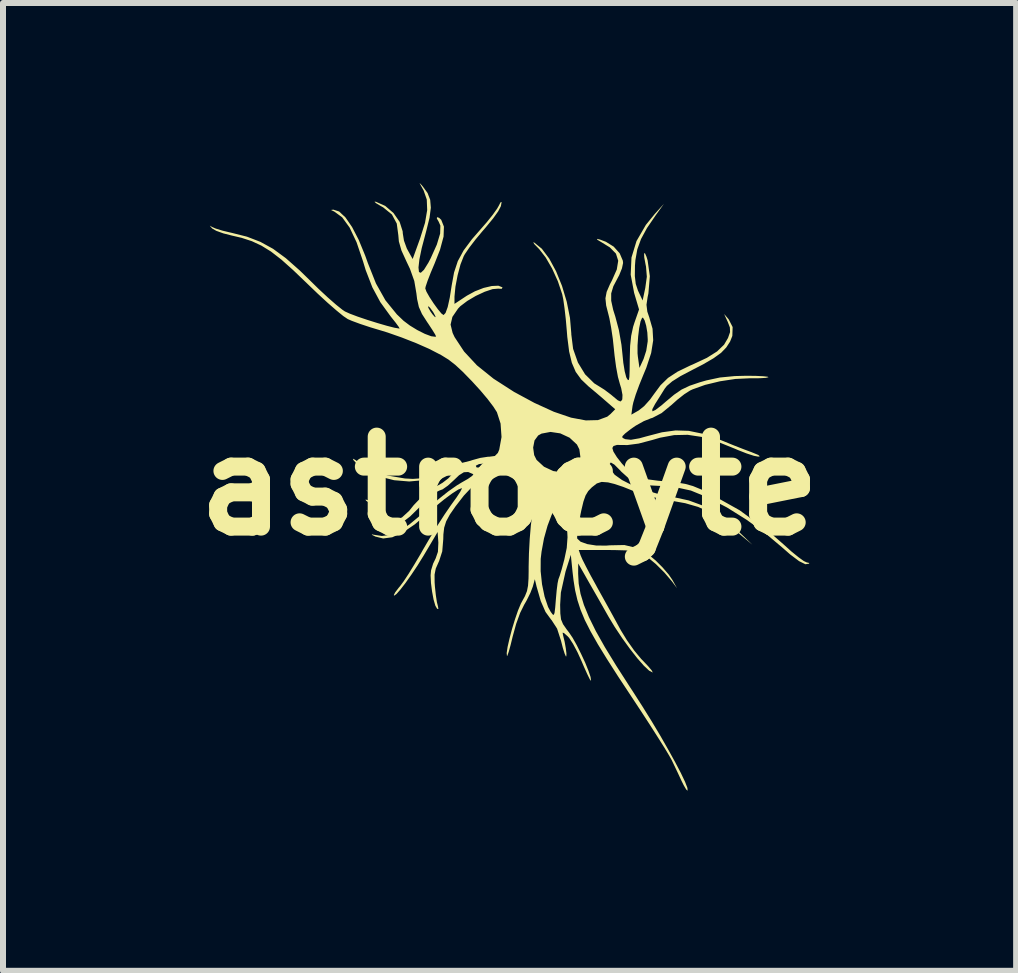
<source format=kicad_pcb>
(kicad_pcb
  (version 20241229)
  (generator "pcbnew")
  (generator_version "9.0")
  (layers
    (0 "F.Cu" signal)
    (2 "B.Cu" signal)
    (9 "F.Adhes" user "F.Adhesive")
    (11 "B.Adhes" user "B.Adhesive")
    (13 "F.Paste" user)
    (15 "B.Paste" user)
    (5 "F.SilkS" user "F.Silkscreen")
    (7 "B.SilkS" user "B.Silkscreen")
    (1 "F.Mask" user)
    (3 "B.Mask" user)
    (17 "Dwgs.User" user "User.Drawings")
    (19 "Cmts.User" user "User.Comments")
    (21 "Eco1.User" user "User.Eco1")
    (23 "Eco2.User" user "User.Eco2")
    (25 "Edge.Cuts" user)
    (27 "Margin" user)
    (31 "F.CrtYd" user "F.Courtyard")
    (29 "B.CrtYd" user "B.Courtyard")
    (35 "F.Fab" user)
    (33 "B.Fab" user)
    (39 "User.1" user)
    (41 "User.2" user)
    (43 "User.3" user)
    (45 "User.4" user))
  (footprint "astrocyte"
    (layer "F.Cu")
    (at 5.443 5.049)
    (property "Reference" "astrocyte" (at 0 0 0) (layer "F.SilkS") (effects (font (size 1.5 1.5) (thickness 0.3))))
    (attr board_only exclude_from_pos_files exclude_from_bom)
    (fp_poly (pts (xy -1.471 -5.02) (xy -1.444 -4.988) (xy -1.366 -4.881) (xy -1.323 -4.769) (xy -1.312 -4.637) (xy -1.334 -4.469) (xy -1.388 -4.251) (xy -1.4 -4.206) (xy -1.464 -3.964) (xy -1.503 -3.775) (xy -1.518 -3.641) (xy -1.51 -3.565) (xy -1.48 -3.552) (xy -1.427 -3.602) (xy -1.353 -3.721) (xy -1.315 -3.794) (xy -1.212 -4.023) (xy -1.157 -4.206) (xy -1.153 -4.339) (xy -1.181 -4.403) (xy -1.212 -4.457) (xy -1.209 -4.479) (xy -1.175 -4.469) (xy -1.139 -4.435) (xy -1.094 -4.322) (xy -1.1 -4.156) (xy -1.159 -3.937) (xy -1.249 -3.708) (xy -1.314 -3.554) (xy -1.366 -3.42) (xy -1.398 -3.325) (xy -1.405 -3.292) (xy -1.385 -3.237) (xy -1.334 -3.147) (xy -1.266 -3.043) (xy -1.195 -2.945) (xy -1.135 -2.873) (xy -1.1 -2.848) (xy -1.067 -2.883) (xy -1.031 -2.982) (xy -0.997 -3.136) (xy -0.966 -3.333) (xy -0.965 -3.34) (xy -0.925 -3.558) (xy -0.863 -3.746) (xy -0.766 -3.925) (xy -0.626 -4.113) (xy -0.497 -4.261) (xy -0.38 -4.395) (xy -0.279 -4.521) (xy -0.208 -4.621) (xy -0.183 -4.664) (xy -0.151 -4.726) (xy -0.133 -4.733) (xy -0.133 -4.727) (xy -0.145 -4.662) (xy -0.19 -4.576) (xy -0.273 -4.46) (xy -0.401 -4.304) (xy -0.455 -4.242) (xy -0.569 -4.105) (xy -0.671 -3.972) (xy -0.745 -3.863) (xy -0.764 -3.829) (xy -0.818 -3.691) (xy -0.866 -3.511) (xy -0.902 -3.322) (xy -0.918 -3.156) (xy -0.918 -3.14) (xy -0.918 -3.034) (xy -0.711 -3.171) (xy -0.577 -3.244) (xy -0.433 -3.3) (xy -0.296 -3.332) (xy -0.186 -3.337) (xy -0.122 -3.311) (xy -0.118 -3.306) (xy -0.131 -3.285) (xy -0.19 -3.288) (xy -0.284 -3.28) (xy -0.415 -3.236) (xy -0.563 -3.167) (xy -0.705 -3.083) (xy -0.82 -2.996) (xy -0.859 -2.955) (xy -0.953 -2.817) (xy -0.983 -2.689) (xy -0.949 -2.55) (xy -0.916 -2.48) (xy -0.758 -2.24) (xy -0.544 -2.01) (xy -0.267 -1.787) (xy 0.075 -1.567) (xy 0.414 -1.384) (xy 0.738 -1.236) (xy 1.025 -1.138) (xy 1.271 -1.092) (xy 1.473 -1.097) (xy 1.628 -1.154) (xy 1.681 -1.197) (xy 1.761 -1.278) (xy 1.624 -1.397) (xy 1.512 -1.494) (xy 1.382 -1.604) (xy 1.318 -1.657) (xy 1.195 -1.774) (xy 1.103 -1.9) (xy 1.038 -2.051) (xy 0.993 -2.24) (xy 0.962 -2.484) (xy 0.954 -2.585) (xy 0.937 -2.779) (xy 0.916 -2.961) (xy 0.895 -3.11) (xy 0.877 -3.196) (xy 0.805 -3.411) (xy 0.709 -3.623) (xy 0.601 -3.809) (xy 0.493 -3.948) (xy 0.478 -3.963) (xy 0.414 -4.029) (xy 0.394 -4.06) (xy 0.412 -4.056) (xy 0.538 -3.953) (xy 0.661 -3.789) (xy 0.775 -3.578) (xy 0.874 -3.334) (xy 0.953 -3.07) (xy 1.007 -2.801) (xy 1.029 -2.541) (xy 1.029 -2.526) (xy 1.059 -2.285) (xy 1.139 -2.057) (xy 1.259 -1.86) (xy 1.411 -1.71) (xy 1.485 -1.664) (xy 1.581 -1.604) (xy 1.691 -1.521) (xy 1.723 -1.494) (xy 1.804 -1.427) (xy 1.848 -1.407) (xy 1.872 -1.429) (xy 1.879 -1.445) (xy 1.882 -1.517) (xy 1.861 -1.627) (xy 1.839 -1.698) (xy 1.806 -1.818) (xy 1.775 -1.986) (xy 1.75 -2.173) (xy 1.741 -2.262) (xy 1.721 -2.451) (xy 1.693 -2.638) (xy 1.664 -2.793) (xy 1.651 -2.846) (xy 1.61 -3.007) (xy 1.598 -3.127) (xy 1.618 -3.234) (xy 1.672 -3.359) (xy 1.705 -3.422) (xy 1.787 -3.607) (xy 1.811 -3.753) (xy 1.773 -3.872) (xy 1.671 -3.976) (xy 1.536 -4.059) (xy 1.464 -4.102) (xy 1.457 -4.118) (xy 1.508 -4.106) (xy 1.606 -4.069) (xy 1.736 -3.988) (xy 1.836 -3.876) (xy 1.888 -3.754) (xy 1.892 -3.716) (xy 1.873 -3.626) (xy 1.827 -3.512) (xy 1.804 -3.469) (xy 1.73 -3.328) (xy 1.694 -3.209) (xy 1.694 -3.086) (xy 1.727 -2.935) (xy 1.763 -2.821) (xy 1.822 -2.598) (xy 1.865 -2.352) (xy 1.88 -2.21) (xy 1.896 -2.051) (xy 1.919 -1.911) (xy 1.944 -1.814) (xy 1.951 -1.798) (xy 1.973 -1.764) (xy 1.988 -1.767) (xy 1.997 -1.816) (xy 2.001 -1.921) (xy 2.003 -2.091) (xy 2.003 -2.101) (xy 2.009 -2.327) (xy 2.01 -2.342) (xy 2.133 -2.342) (xy 2.133 -2.21) (xy 2.138 -2.158) (xy 2.165 -1.967) (xy 2.234 -2.117) (xy 2.278 -2.253) (xy 2.302 -2.406) (xy 2.303 -2.442) (xy 2.296 -2.558) (xy 2.277 -2.67) (xy 2.251 -2.759) (xy 2.224 -2.804) (xy 2.209 -2.802) (xy 2.183 -2.742) (xy 2.16 -2.63) (xy 2.143 -2.489) (xy 2.133 -2.342) (xy 2.01 -2.342) (xy 2.027 -2.502) (xy 2.059 -2.651) (xy 2.081 -2.72) (xy 2.158 -2.941) (xy 2.076 -3.218) (xy 2.019 -3.521) (xy 2.032 -3.807) (xy 2.116 -4.082) (xy 2.272 -4.351) (xy 2.42 -4.533) (xy 2.573 -4.702) (xy 2.438 -4.514) (xy 2.291 -4.299) (xy 2.191 -4.115) (xy 2.129 -3.943) (xy 2.097 -3.763) (xy 2.09 -3.671) (xy 2.088 -3.497) (xy 2.103 -3.368) (xy 2.139 -3.259) (xy 2.147 -3.241) (xy 2.218 -3.091) (xy 2.262 -3.3) (xy 2.288 -3.487) (xy 2.274 -3.656) (xy 2.267 -3.689) (xy 2.245 -3.808) (xy 2.242 -3.873) (xy 2.256 -3.88) (xy 2.282 -3.821) (xy 2.301 -3.759) (xy 2.338 -3.496) (xy 2.314 -3.208) (xy 2.301 -3.148) (xy 2.282 -3.019) (xy 2.296 -2.905) (xy 2.328 -2.811) (xy 2.383 -2.62) (xy 2.394 -2.427) (xy 2.36 -2.215) (xy 2.279 -1.969) (xy 2.231 -1.854) (xy 2.162 -1.684) (xy 2.103 -1.523) (xy 2.063 -1.393) (xy 2.05 -1.334) (xy 2.03 -1.188) (xy 2.154 -1.259) (xy 2.243 -1.33) (xy 2.341 -1.439) (xy 2.403 -1.525) (xy 2.516 -1.678) (xy 2.641 -1.8) (xy 2.799 -1.904) (xy 3.007 -2.005) (xy 3.054 -2.025) (xy 3.289 -2.135) (xy 3.459 -2.242) (xy 3.575 -2.354) (xy 3.641 -2.466) (xy 3.675 -2.564) (xy 3.672 -2.642) (xy 3.637 -2.733) (xy 3.576 -2.866) (xy 3.652 -2.777) (xy 3.718 -2.648) (xy 3.713 -2.5) (xy 3.675 -2.405) (xy 3.612 -2.308) (xy 3.525 -2.218) (xy 3.4 -2.128) (xy 3.227 -2.027) (xy 3.047 -1.934) (xy 2.849 -1.83) (xy 2.711 -1.743) (xy 2.622 -1.667) (xy 2.586 -1.621) (xy 2.513 -1.504) (xy 2.435 -1.38) (xy 2.427 -1.368) (xy 2.379 -1.278) (xy 2.38 -1.243) (xy 2.43 -1.265) (xy 2.53 -1.341) (xy 2.603 -1.404) (xy 2.743 -1.521) (xy 2.867 -1.606) (xy 3.002 -1.67) (xy 3.173 -1.728) (xy 3.282 -1.759) (xy 3.506 -1.807) (xy 3.754 -1.831) (xy 3.948 -1.836) (xy 4.106 -1.834) (xy 4.229 -1.828) (xy 4.302 -1.82) (xy 4.316 -1.812) (xy 4.27 -1.801) (xy 4.168 -1.795) (xy 4.032 -1.794) (xy 4 -1.794) (xy 3.764 -1.783) (xy 3.507 -1.744) (xy 3.259 -1.684) (xy 3.049 -1.609) (xy 3.009 -1.59) (xy 2.916 -1.531) (xy 2.799 -1.439) (xy 2.697 -1.348) (xy 2.534 -1.214) (xy 2.383 -1.135) (xy 2.356 -1.127) (xy 2.238 -1.08) (xy 2.102 -1.004) (xy 2.022 -0.949) (xy 1.925 -0.873) (xy 1.88 -0.828) (xy 1.882 -0.802) (xy 1.922 -0.782) (xy 1.931 -0.779) (xy 2.023 -0.769) (xy 2.165 -0.794) (xy 2.277 -0.825) (xy 2.54 -0.894) (xy 2.769 -0.925) (xy 2.986 -0.918) (xy 3.214 -0.871) (xy 3.473 -0.783) (xy 3.573 -0.743) (xy 3.737 -0.676) (xy 3.903 -0.611) (xy 4.037 -0.561) (xy 4.046 -0.557) (xy 4.144 -0.517) (xy 4.172 -0.494) (xy 4.146 -0.488) (xy 4.072 -0.502) (xy 3.952 -0.541) (xy 3.809 -0.597) (xy 3.763 -0.617) (xy 3.461 -0.739) (xy 3.201 -0.817) (xy 2.968 -0.852) (xy 2.743 -0.847) (xy 2.51 -0.804) (xy 2.38 -0.766) (xy 2.152 -0.706) (xy 1.963 -0.681) (xy 1.902 -0.682) (xy 1.789 -0.683) (xy 1.732 -0.665) (xy 1.713 -0.632) (xy 1.731 -0.572) (xy 1.789 -0.479) (xy 1.873 -0.372) (xy 1.968 -0.269) (xy 2.06 -0.187) (xy 2.105 -0.157) (xy 2.18 -0.133) (xy 2.309 -0.109) (xy 2.472 -0.087) (xy 2.589 -0.076) (xy 2.782 -0.058) (xy 2.928 -0.034) (xy 3.056 0.002) (xy 3.195 0.059) (xy 3.308 0.111) (xy 3.835 0.406) (xy 4.329 0.767) (xy 4.564 0.972) (xy 4.696 1.091) (xy 4.814 1.187) (xy 4.904 1.252) (xy 4.951 1.274) (xy 4.994 1.284) (xy 4.992 1.296) (xy 4.93 1.305) (xy 4.826 1.254) (xy 4.677 1.142) (xy 4.541 1.023) (xy 4.259 0.786) (xy 3.946 0.561) (xy 3.623 0.359) (xy 3.307 0.194) (xy 3.022 0.077) (xy 2.725 0.012) (xy 2.51 0) (xy 2.294 -0.011) (xy 2.128 -0.048) (xy 1.992 -0.121) (xy 1.863 -0.237) (xy 1.842 -0.26) (xy 1.746 -0.356) (xy 1.687 -0.391) (xy 1.667 -0.363) (xy 1.688 -0.274) (xy 1.689 -0.271) (xy 1.751 -0.187) (xy 1.875 -0.098) (xy 2.046 -0.011) (xy 2.252 0.068) (xy 2.479 0.134) (xy 2.675 0.174) (xy 2.987 0.242) (xy 3.249 0.338) (xy 3.484 0.474) (xy 3.715 0.662) (xy 3.771 0.715) (xy 4.046 0.979) (xy 3.75 0.733) (xy 3.531 0.562) (xy 3.336 0.437) (xy 3.143 0.35) (xy 2.928 0.288) (xy 2.683 0.244) (xy 2.413 0.192) (xy 2.17 0.124) (xy 2.043 0.076) (xy 1.894 0.016) (xy 1.747 -0.033) (xy 1.641 -0.059) (xy 1.534 -0.067) (xy 1.454 -0.041) (xy 1.371 0.024) (xy 1.311 0.086) (xy 1.267 0.159) (xy 1.231 0.261) (xy 1.195 0.412) (xy 1.181 0.481) (xy 1.152 0.637) (xy 1.133 0.769) (xy 1.126 0.856) (xy 1.128 0.878) (xy 1.184 0.93) (xy 1.296 0.97) (xy 1.443 0.993) (xy 1.608 0.995) (xy 1.668 0.99) (xy 1.913 0.985) (xy 2.124 1.035) (xy 2.321 1.148) (xy 2.435 1.243) (xy 2.549 1.357) (xy 2.651 1.475) (xy 2.713 1.565) (xy 2.791 1.705) (xy 2.707 1.592) (xy 2.581 1.444) (xy 2.437 1.301) (xy 2.297 1.185) (xy 2.218 1.134) (xy 2.149 1.105) (xy 2.057 1.086) (xy 1.929 1.074) (xy 1.749 1.069) (xy 1.626 1.068) (xy 1.153 1.068) (xy 1.186 1.162) (xy 1.216 1.23) (xy 1.275 1.347) (xy 1.354 1.497) (xy 1.446 1.664) (xy 1.452 1.676) (xy 1.562 1.874) (xy 1.678 2.083) (xy 1.785 2.278) (xy 1.854 2.405) (xy 1.957 2.573) (xy 2.078 2.744) (xy 2.195 2.885) (xy 2.221 2.911) (xy 2.31 3.005) (xy 2.369 3.075) (xy 2.386 3.108) (xy 2.384 3.109) (xy 2.326 3.079) (xy 2.238 2.996) (xy 2.128 2.871) (xy 2.005 2.714) (xy 1.877 2.537) (xy 1.753 2.351) (xy 1.648 2.177) (xy 1.541 1.988) (xy 1.435 1.802) (xy 1.341 1.638) (xy 1.272 1.517) (xy 1.265 1.504) (xy 1.144 1.292) (xy 1.143 1.463) (xy 1.152 1.628) (xy 1.183 1.799) (xy 1.239 1.983) (xy 1.323 2.187) (xy 1.438 2.42) (xy 1.589 2.688) (xy 1.779 2.998) (xy 2.011 3.359) (xy 2.062 3.437) (xy 2.214 3.674) (xy 2.365 3.917) (xy 2.51 4.159) (xy 2.642 4.39) (xy 2.759 4.602) (xy 2.855 4.785) (xy 2.925 4.932) (xy 2.964 5.033) (xy 2.968 5.08) (xy 2.968 5.08) (xy 2.944 5.06) (xy 2.902 4.988) (xy 2.867 4.918) (xy 2.799 4.772) (xy 2.726 4.619) (xy 2.703 4.571) (xy 2.661 4.496) (xy 2.584 4.368) (xy 2.477 4.198) (xy 2.348 3.996) (xy 2.202 3.771) (xy 2.046 3.534) (xy 2.038 3.522) (xy 1.81 3.177) (xy 1.623 2.885) (xy 1.47 2.636) (xy 1.349 2.422) (xy 1.254 2.235) (xy 1.183 2.064) (xy 1.131 1.903) (xy 1.093 1.742) (xy 1.066 1.572) (xy 1.049 1.427) (xy 1.021 1.148) (xy 0.933 1.427) (xy 0.855 1.778) (xy 0.843 1.98) (xy 0.846 2.126) (xy 0.858 2.225) (xy 0.891 2.304) (xy 0.952 2.392) (xy 0.99 2.441) (xy 1.051 2.531) (xy 1.121 2.656) (xy 1.193 2.801) (xy 1.261 2.947) (xy 1.315 3.081) (xy 1.35 3.184) (xy 1.358 3.242) (xy 1.355 3.247) (xy 1.336 3.221) (xy 1.296 3.139) (xy 1.241 3.017) (xy 1.203 2.928) (xy 1.132 2.772) (xy 1.058 2.633) (xy 0.993 2.533) (xy 0.968 2.506) (xy 0.905 2.451) (xy 0.884 2.446) (xy 0.892 2.489) (xy 0.892 2.491) (xy 0.918 2.597) (xy 0.937 2.704) (xy 0.948 2.793) (xy 0.946 2.84) (xy 0.939 2.842) (xy 0.918 2.795) (xy 0.887 2.697) (xy 0.857 2.579) (xy 0.792 2.378) (xy 0.7 2.236) (xy 0.692 2.228) (xy 0.599 2.1) (xy 0.52 1.919) (xy 0.449 1.673) (xy 0.448 1.667) (xy 0.421 1.555) (xy 0.387 1.679) (xy 0.347 1.783) (xy 0.283 1.912) (xy 0.243 1.981) (xy 0.176 2.117) (xy 0.11 2.299) (xy 0.055 2.499) (xy 0.053 2.506) (xy 0.017 2.653) (xy -0.014 2.765) (xy -0.036 2.828) (xy -0.043 2.836) (xy -0.048 2.786) (xy -0.033 2.683) (xy -0.001 2.544) (xy 0.041 2.385) (xy 0.09 2.224) (xy 0.14 2.078) (xy 0.188 1.963) (xy 0.205 1.931) (xy 0.257 1.836) (xy 0.29 1.753) (xy 0.308 1.662) (xy 0.316 1.542) (xy 0.318 1.421) (xy 0.518 1.421) (xy 0.541 1.639) (xy 0.584 1.846) (xy 0.642 2.018) (xy 0.685 2.097) (xy 0.717 2.141) (xy 0.737 2.15) (xy 0.75 2.115) (xy 0.761 2.024) (xy 0.772 1.888) (xy 0.785 1.742) (xy 0.8 1.624) (xy 0.814 1.556) (xy 0.817 1.548) (xy 0.836 1.497) (xy 0.868 1.393) (xy 0.904 1.258) (xy 0.911 1.234) (xy 0.953 1.034) (xy 0.966 0.855) (xy 0.957 0.674) (xy 0.94 0.527) (xy 0.917 0.404) (xy 0.895 0.328) (xy 0.893 0.324) (xy 0.863 0.283) (xy 0.831 0.291) (xy 0.776 0.354) (xy 0.774 0.357) (xy 0.701 0.483) (xy 0.633 0.663) (xy 0.574 0.874) (xy 0.533 1.096) (xy 0.519 1.216) (xy 0.518 1.421) (xy 0.318 1.421) (xy 0.318 1.37) (xy 0.318 1.344) (xy 0.323 1.125) (xy 0.336 0.882) (xy 0.355 0.656) (xy 0.363 0.592) (xy 0.385 0.352) (xy 0.384 0.172) (xy 0.356 0.038) (xy 0.299 -0.061) (xy 0.211 -0.138) (xy 0.021 -0.228) (xy -0.172 -0.243) (xy -0.367 -0.184) (xy -0.563 -0.05) (xy -0.758 0.157) (xy -0.764 0.164) (xy -0.901 0.341) (xy -0.996 0.478) (xy -1.057 0.591) (xy -1.09 0.696) (xy -1.103 0.808) (xy -1.105 0.889) (xy -1.122 1.091) (xy -1.175 1.254) (xy -1.185 1.275) (xy -1.23 1.377) (xy -1.25 1.478) (xy -1.249 1.608) (xy -1.244 1.679) (xy -1.229 1.819) (xy -1.211 1.937) (xy -1.195 2.001) (xy -1.186 2.051) (xy -1.207 2.048) (xy -1.237 1.996) (xy -1.267 1.892) (xy -1.292 1.758) (xy -1.31 1.617) (xy -1.316 1.49) (xy -1.309 1.409) (xy -1.274 1.295) (xy -1.231 1.206) (xy -1.194 1.098) (xy -1.187 0.95) (xy -1.187 0.944) (xy -1.199 0.768) (xy -1.432 1.161) (xy -1.532 1.323) (xy -1.635 1.477) (xy -1.733 1.616) (xy -1.819 1.727) (xy -1.885 1.802) (xy -1.923 1.829) (xy -1.929 1.819) (xy -1.907 1.775) (xy -1.85 1.7) (xy -1.823 1.668) (xy -1.766 1.591) (xy -1.682 1.464) (xy -1.583 1.303) (xy -1.477 1.124) (xy -1.444 1.065) (xy -1.327 0.865) (xy -1.202 0.66) (xy -1.082 0.474) (xy -0.982 0.328) (xy -0.97 0.311) (xy -0.884 0.192) (xy -0.823 0.099) (xy -0.795 0.045) (xy -0.796 0.037) (xy -0.856 0.061) (xy -0.956 0.125) (xy -1.083 0.219) (xy -1.223 0.333) (xy -1.344 0.44) (xy -1.579 0.64) (xy -1.781 0.778) (xy -1.955 0.856) (xy -2.107 0.876) (xy -2.236 0.844) (xy -2.296 0.814) (xy -2.29 0.808) (xy -2.267 0.813) (xy -2.129 0.834) (xy -1.99 0.816) (xy -1.841 0.754) (xy -1.671 0.643) (xy -1.472 0.479) (xy -1.333 0.352) (xy -1.182 0.219) (xy -1.021 0.091) (xy -0.874 -0.012) (xy -0.801 -0.056) (xy -0.693 -0.118) (xy -0.622 -0.168) (xy -0.603 -0.195) (xy -0.605 -0.196) (xy -0.69 -0.232) (xy -0.762 -0.228) (xy -0.842 -0.178) (xy -0.932 -0.092) (xy -1.029 -0.004) (xy -1.116 0.057) (xy -1.165 0.075) (xy -1.218 0.101) (xy -1.307 0.17) (xy -1.419 0.272) (xy -1.502 0.356) (xy -1.659 0.51) (xy -1.783 0.605) (xy -1.884 0.643) (xy -1.972 0.626) (xy -2.057 0.558) (xy -2.105 0.5) (xy -2.197 0.397) (xy -2.297 0.311) (xy -2.322 0.294) (xy -2.393 0.245) (xy -2.401 0.226) (xy -2.351 0.241) (xy -2.274 0.277) (xy -2.182 0.344) (xy -2.094 0.437) (xy -2.087 0.446) (xy -1.994 0.539) (xy -1.898 0.566) (xy -1.793 0.525) (xy -1.673 0.415) (xy -1.598 0.321) (xy -1.416 0.131) (xy -1.24 0.019) (xy -1.119 -0.051) (xy -1.022 -0.125) (xy -0.958 -0.192) (xy -0.937 -0.241) (xy -0.968 -0.262) (xy -0.974 -0.262) (xy -1.039 -0.246) (xy -1.142 -0.204) (xy -1.223 -0.166) (xy -1.432 -0.096) (xy -1.672 -0.074) (xy -1.924 -0.095) (xy -2.169 -0.157) (xy -2.388 -0.256) (xy -2.563 -0.387) (xy -2.604 -0.433) (xy -2.611 -0.454) (xy -2.569 -0.432) (xy -2.522 -0.398) (xy -2.296 -0.267) (xy -2.026 -0.172) (xy -1.744 -0.124) (xy -1.612 -0.117) (xy -1.512 -0.124) (xy -1.417 -0.154) (xy -1.296 -0.213) (xy -1.245 -0.239) (xy -1.107 -0.306) (xy -1.024 -0.337) (xy -0.562 -0.337) (xy -0.552 -0.31) (xy -0.497 -0.301) (xy -0.422 -0.311) (xy -0.356 -0.337) (xy -0.334 -0.362) (xy -0.375 -0.373) (xy -0.419 -0.374) (xy -0.509 -0.364) (xy -0.561 -0.338) (xy -0.562 -0.337) (xy -1.024 -0.337) (xy -0.981 -0.354) (xy -0.89 -0.374) (xy -0.885 -0.375) (xy -0.781 -0.387) (xy -0.654 -0.419) (xy -0.618 -0.431) (xy -0.488 -0.467) (xy -0.363 -0.486) (xy -0.336 -0.487) (xy -0.245 -0.499) (xy -0.195 -0.55) (xy -0.172 -0.605) (xy -0.166 -0.639) (xy 0.393 -0.639) (xy 0.41 -0.514) (xy 0.45 -0.434) (xy 0.574 -0.32) (xy 0.728 -0.248) (xy 0.891 -0.224) (xy 1.041 -0.252) (xy 1.097 -0.283) (xy 1.157 -0.366) (xy 1.18 -0.485) (xy 1.163 -0.61) (xy 1.123 -0.69) (xy 1 -0.804) (xy 0.845 -0.876) (xy 0.682 -0.9) (xy 0.533 -0.872) (xy 0.477 -0.841) (xy 0.416 -0.758) (xy 0.393 -0.639) (xy -0.166 -0.639) (xy -0.134 -0.815) (xy -0.15 -1.04) (xy -0.211 -1.229) (xy -0.269 -1.32) (xy -0.366 -1.448) (xy -0.489 -1.594) (xy -0.626 -1.744) (xy -0.631 -1.749) (xy -0.782 -1.904) (xy -0.904 -2.017) (xy -1.017 -2.105) (xy -1.14 -2.181) (xy -1.295 -2.261) (xy -1.346 -2.287) (xy -1.555 -2.379) (xy -1.797 -2.474) (xy -2.034 -2.557) (xy -2.135 -2.588) (xy -2.318 -2.643) (xy -2.49 -2.7) (xy -2.628 -2.751) (xy -2.697 -2.781) (xy -2.771 -2.831) (xy -2.886 -2.925) (xy -3.032 -3.052) (xy -3.196 -3.203) (xy -3.368 -3.368) (xy -3.372 -3.372) (xy -3.606 -3.596) (xy -3.803 -3.772) (xy -3.976 -3.906) (xy -4.136 -4.005) (xy -4.295 -4.079) (xy -4.466 -4.135) (xy -4.625 -4.172) (xy -4.77 -4.209) (xy -4.889 -4.252) (xy -4.958 -4.292) (xy -4.96 -4.295) (xy -4.996 -4.337) (xy -4.98 -4.33) (xy -4.963 -4.318) (xy -4.899 -4.29) (xy -4.786 -4.255) (xy -4.644 -4.221) (xy -4.626 -4.217) (xy -4.376 -4.154) (xy -4.153 -4.068) (xy -3.942 -3.952) (xy -3.728 -3.795) (xy -3.496 -3.59) (xy -3.344 -3.442) (xy -3.184 -3.285) (xy -3.029 -3.141) (xy -2.892 -3.021) (xy -2.787 -2.937) (xy -2.744 -2.908) (xy -2.662 -2.871) (xy -2.532 -2.822) (xy -2.372 -2.768) (xy -2.203 -2.715) (xy -2.045 -2.669) (xy -1.916 -2.636) (xy -1.836 -2.623) (xy -1.832 -2.622) (xy -1.846 -2.649) (xy -1.897 -2.719) (xy -1.975 -2.817) (xy -1.985 -2.83) (xy -2.154 -3.063) (xy -2.287 -3.31) (xy -2.398 -3.597) (xy -2.442 -3.742) (xy -2.55 -4.061) (xy -2.666 -4.306) (xy -2.79 -4.477) (xy -2.923 -4.574) (xy -2.941 -4.582) (xy -2.976 -4.599) (xy -2.937 -4.605) (xy -2.937 -4.605) (xy -2.841 -4.574) (xy -2.735 -4.475) (xy -2.625 -4.315) (xy -2.514 -4.101) (xy -2.406 -3.838) (xy -2.362 -3.715) (xy -2.227 -3.375) (xy -2.069 -3.094) (xy -1.878 -2.859) (xy -1.766 -2.752) (xy -1.661 -2.673) (xy -1.538 -2.598) (xy -1.413 -2.535) (xy -1.307 -2.495) (xy -1.237 -2.486) (xy -1.225 -2.491) (xy -1.24 -2.524) (xy -1.288 -2.602) (xy -1.359 -2.71) (xy -1.371 -2.727) (xy -1.46 -2.866) (xy -1.512 -2.983) (xy -1.515 -2.997) (xy -1.355 -2.997) (xy -1.355 -2.971) (xy -1.318 -2.907) (xy -1.282 -2.857) (xy -1.24 -2.811) (xy -1.234 -2.823) (xy -1.264 -2.882) (xy -1.277 -2.903) (xy -1.326 -2.97) (xy -1.355 -2.997) (xy -1.515 -2.997) (xy -1.541 -3.114) (xy -1.553 -3.21) (xy -1.588 -3.416) (xy -1.66 -3.618) (xy -1.716 -3.736) (xy -1.802 -3.924) (xy -1.845 -4.075) (xy -1.854 -4.178) (xy -1.88 -4.373) (xy -1.961 -4.524) (xy -2.107 -4.643) (xy -2.146 -4.665) (xy -2.225 -4.712) (xy -2.252 -4.737) (xy -2.229 -4.737) (xy -2.072 -4.667) (xy -1.934 -4.548) (xy -1.832 -4.401) (xy -1.782 -4.244) (xy -1.779 -4.205) (xy -1.76 -4.088) (xy -1.713 -3.959) (xy -1.697 -3.929) (xy -1.615 -3.782) (xy -1.491 -4.125) (xy -1.409 -4.386) (xy -1.373 -4.598) (xy -1.38 -4.774) (xy -1.432 -4.923) (xy -1.444 -4.945) (xy -1.49 -5.027) (xy -1.5 -5.049)) (stroke (width 0) (type solid)) (fill yes) (layer "F.SilkS")))
  (gr_rect
    (start -3 -3)
    (end 13.886 13.13)
    (stroke (width 0.1) (type default))
    (fill no)
    (layer "Edge.Cuts")))
</source>
